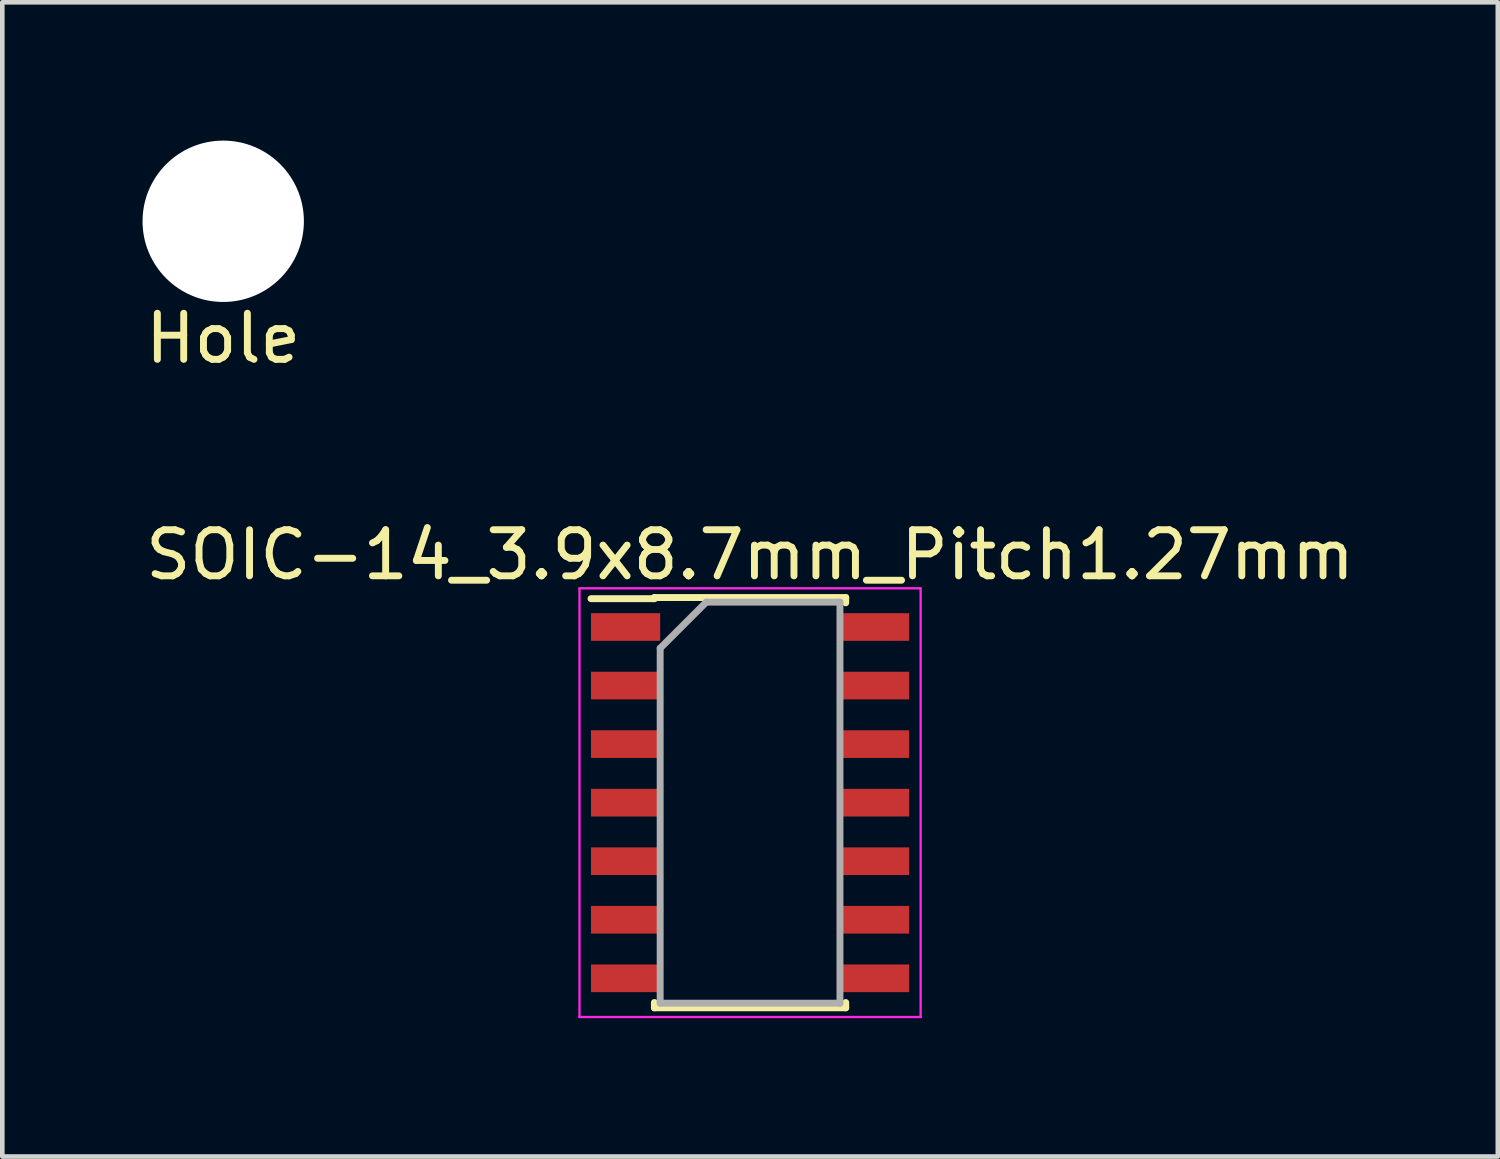
<source format=kicad_pcb>
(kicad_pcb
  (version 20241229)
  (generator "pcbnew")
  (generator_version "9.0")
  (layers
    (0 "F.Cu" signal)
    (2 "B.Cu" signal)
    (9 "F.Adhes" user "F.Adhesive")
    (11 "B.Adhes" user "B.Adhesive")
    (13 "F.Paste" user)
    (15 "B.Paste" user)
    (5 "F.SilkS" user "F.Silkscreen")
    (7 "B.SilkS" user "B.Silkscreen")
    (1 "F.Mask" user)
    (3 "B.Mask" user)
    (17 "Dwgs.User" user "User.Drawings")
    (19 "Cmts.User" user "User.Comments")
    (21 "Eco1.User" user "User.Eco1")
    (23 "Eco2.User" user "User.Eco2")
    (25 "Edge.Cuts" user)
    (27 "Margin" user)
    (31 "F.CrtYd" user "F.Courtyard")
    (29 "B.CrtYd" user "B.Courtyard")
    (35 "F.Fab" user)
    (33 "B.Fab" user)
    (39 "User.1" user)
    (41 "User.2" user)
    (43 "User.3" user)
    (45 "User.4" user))
  (footprint "SOIC-14_3.9x8.7mm_Pitch1.27mm"
    (layer "F.Cu")
    (at 13.22 14.361)
    (property "Reference" "SOIC-14_3.9x8.7mm_Pitch1.27mm" (at 0 -5.375 0) (layer "F.SilkS") (effects (font (size 1 1) (thickness 0.15))))
    (attr smd)
    (fp_line (start -2.075 -4.45) (end -2.075 -4.425) (stroke (width 0.15) (type solid)) (layer "F.SilkS"))
    (fp_line (start -2.075 -4.45) (end 2.075 -4.45) (stroke (width 0.15) (type solid)) (layer "F.SilkS"))
    (fp_line (start -2.075 -4.425) (end -3.45 -4.425) (stroke (width 0.15) (type solid)) (layer "F.SilkS"))
    (fp_line (start -2.075 4.45) (end -2.075 4.335) (stroke (width 0.15) (type solid)) (layer "F.SilkS"))
    (fp_line (start -2.075 4.45) (end 2.075 4.45) (stroke (width 0.15) (type solid)) (layer "F.SilkS"))
    (fp_line (start 2.075 -4.45) (end 2.075 -4.335) (stroke (width 0.15) (type solid)) (layer "F.SilkS"))
    (fp_line (start 2.075 4.45) (end 2.075 4.335) (stroke (width 0.15) (type solid)) (layer "F.SilkS"))
    (fp_line (start -3.7 -4.65) (end -3.7 4.65) (stroke (width 0.05) (type solid)) (layer "F.CrtYd"))
    (fp_line (start -3.7 -4.65) (end 3.7 -4.65) (stroke (width 0.05) (type solid)) (layer "F.CrtYd"))
    (fp_line (start -3.7 4.65) (end 3.7 4.65) (stroke (width 0.05) (type solid)) (layer "F.CrtYd"))
    (fp_line (start 3.7 -4.65) (end 3.7 4.65) (stroke (width 0.05) (type solid)) (layer "F.CrtYd"))
    (fp_line (start -1.95 -3.35) (end -0.95 -4.35) (stroke (width 0.15) (type solid)) (layer "F.Fab"))
    (fp_line (start -1.95 4.35) (end -1.95 -3.35) (stroke (width 0.15) (type solid)) (layer "F.Fab"))
    (fp_line (start -0.95 -4.35) (end 1.95 -4.35) (stroke (width 0.15) (type solid)) (layer "F.Fab"))
    (fp_line (start 1.95 -4.35) (end 1.95 4.35) (stroke (width 0.15) (type solid)) (layer "F.Fab"))
    (fp_line (start 1.95 4.35) (end -1.95 4.35) (stroke (width 0.15) (type solid)) (layer "F.Fab"))
    (pad "1" smd rect (at -2.7 -3.81) (size 1.5 0.6) (layers "F.Cu" "F.Mask" "F.Paste"))
    (pad "2" smd rect (at -2.7 -2.54) (size 1.5 0.6) (layers "F.Cu" "F.Mask" "F.Paste"))
    (pad "3" smd rect (at -2.7 -1.27) (size 1.5 0.6) (layers "F.Cu" "F.Mask" "F.Paste"))
    (pad "4" smd rect (at -2.7 0) (size 1.5 0.6) (layers "F.Cu" "F.Mask" "F.Paste"))
    (pad "5" smd rect (at -2.7 1.27) (size 1.5 0.6) (layers "F.Cu" "F.Mask" "F.Paste"))
    (pad "6" smd rect (at -2.7 2.54) (size 1.5 0.6) (layers "F.Cu" "F.Mask" "F.Paste"))
    (pad "7" smd rect (at -2.7 3.81) (size 1.5 0.6) (layers "F.Cu" "F.Mask" "F.Paste"))
    (pad "8" smd rect (at 2.7 3.81) (size 1.5 0.6) (layers "F.Cu" "F.Mask" "F.Paste"))
    (pad "9" smd rect (at 2.7 2.54) (size 1.5 0.6) (layers "F.Cu" "F.Mask" "F.Paste"))
    (pad "10" smd rect (at 2.7 1.27) (size 1.5 0.6) (layers "F.Cu" "F.Mask" "F.Paste"))
    (pad "11" smd rect (at 2.7 0) (size 1.5 0.6) (layers "F.Cu" "F.Mask" "F.Paste"))
    (pad "12" smd rect (at 2.7 -1.27) (size 1.5 0.6) (layers "F.Cu" "F.Mask" "F.Paste"))
    (pad "13" smd rect (at 2.7 -2.54) (size 1.5 0.6) (layers "F.Cu" "F.Mask" "F.Paste"))
    (pad "14" smd rect (at 2.7 -3.81) (size 1.5 0.6) (layers "F.Cu" "F.Mask" "F.Paste")))
  (footprint "Hole"
    (layer "F.Cu")
    (at 1.792 1.75)
    (property "Reference" "Hole" (at 0 2.54 0) (layer "F.SilkS") (effects (font (size 1 1) (thickness 0.15))))
    (attr through_hole)
    (pad "" np_thru_hole circle (at 0 0) (size 3.5 3.5) (drill 3.5) (layers "*.Cu" "*.Mask")))
  (gr_rect
    (start -3 -3)
    (end 29.44 22.037)
    (stroke (width 0.1) (type default))
    (fill no)
    (layer "Edge.Cuts")))
</source>
